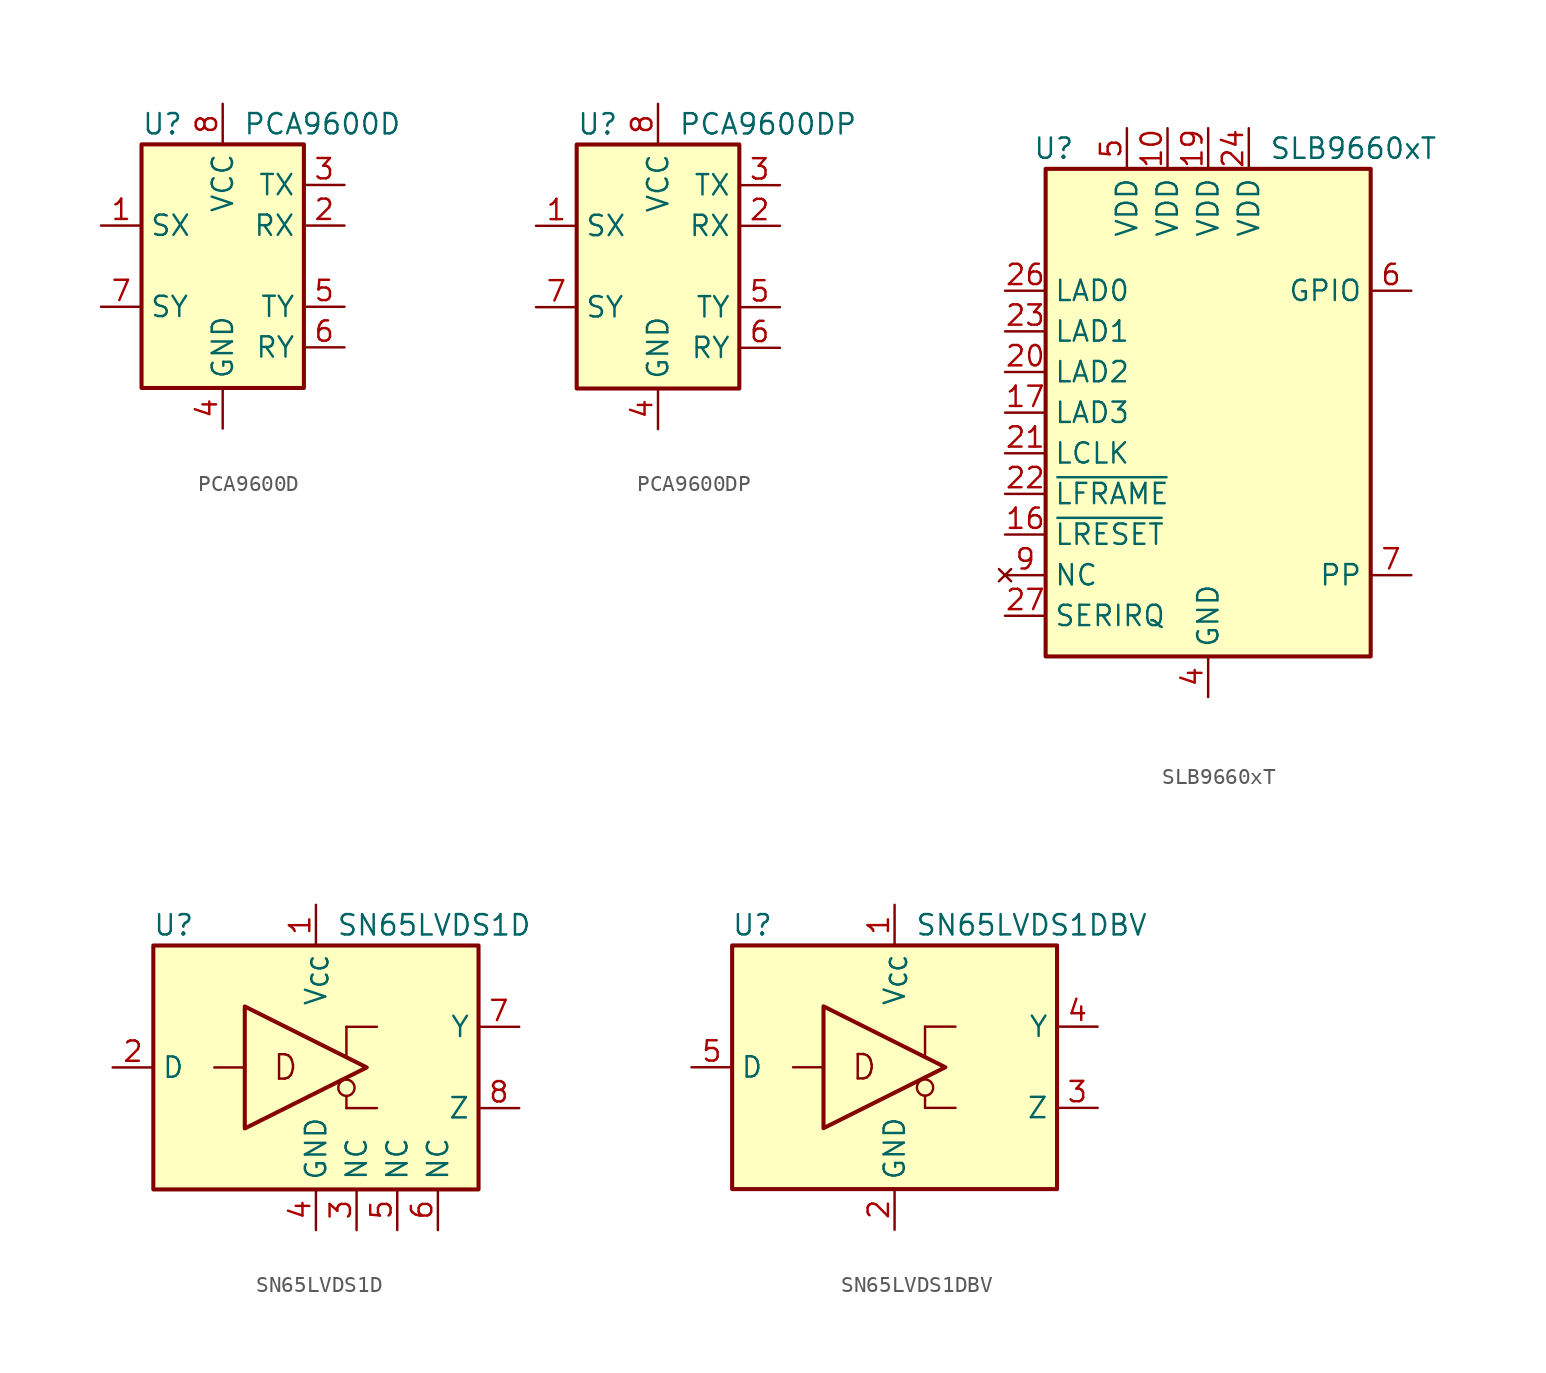
<source format=kicad_sym>
(kicad_symbol_lib
  (version 20241209)
  (generator "kicad_symbol_editor")
  (generator_version "9.0")
  (symbol "PCA9600D"
    (property "Reference" "U"
      (at -5.08 8.89 0)
      (effects (font (size 1.27 1.27)) (justify left)))
    (property "Value" "PCA9600D"
      (at 1.27 8.89 0)
      (effects (font (size 1.27 1.27)) (justify left)))
    (symbol "PCA9600D_0_1"
      (rectangle (start -5.08 7.62) (end 5.08 -7.62) (stroke (width 0.254) (type default)) (fill (type background))))
    (symbol "PCA9600D_1_1"
      (pin bidirectional line (at -7.62 2.54 0) (length 2.54) (name "SX" (effects (font (size 1.27 1.27)))) (number "1" (effects (font (size 1.27 1.27)))))
      (pin bidirectional line (at -7.62 -2.54 0) (length 2.54) (name "SY" (effects (font (size 1.27 1.27)))) (number "7" (effects (font (size 1.27 1.27)))))
      (pin power_in line (at 0 10.16 270) (length 2.54) (name "VCC" (effects (font (size 1.27 1.27)))) (number "8" (effects (font (size 1.27 1.27)))))
      (pin power_in line (at 0 -10.16 90) (length 2.54) (name "GND" (effects (font (size 1.27 1.27)))) (number "4" (effects (font (size 1.27 1.27)))))
      (pin open_collector line (at 7.62 5.08 180) (length 2.54) (name "TX" (effects (font (size 1.27 1.27)))) (number "3" (effects (font (size 1.27 1.27)))))
      (pin input line (at 7.62 2.54 180) (length 2.54) (name "RX" (effects (font (size 1.27 1.27)))) (number "2" (effects (font (size 1.27 1.27)))))
      (pin open_collector line (at 7.62 -2.54 180) (length 2.54) (name "TY" (effects (font (size 1.27 1.27)))) (number "5" (effects (font (size 1.27 1.27)))))
      (pin input line (at 7.62 -5.08 180) (length 2.54) (name "RY" (effects (font (size 1.27 1.27)))) (number "6" (effects (font (size 1.27 1.27)))))))
  (symbol "PCA9600DP"
    (property "Reference" "U"
      (at -5.08 8.89 0)
      (effects (font (size 1.27 1.27)) (justify left)))
    (property "Value" "PCA9600DP"
      (at 1.27 8.89 0)
      (effects (font (size 1.27 1.27)) (justify left)))
    (symbol "PCA9600DP_0_1"
      (rectangle (start -5.08 7.62) (end 5.08 -7.62) (stroke (width 0.254) (type default)) (fill (type background))))
    (symbol "PCA9600DP_1_1"
      (pin bidirectional line (at -7.62 2.54 0) (length 2.54) (name "SX" (effects (font (size 1.27 1.27)))) (number "1" (effects (font (size 1.27 1.27)))))
      (pin bidirectional line (at -7.62 -2.54 0) (length 2.54) (name "SY" (effects (font (size 1.27 1.27)))) (number "7" (effects (font (size 1.27 1.27)))))
      (pin power_in line (at 0 10.16 270) (length 2.54) (name "VCC" (effects (font (size 1.27 1.27)))) (number "8" (effects (font (size 1.27 1.27)))))
      (pin power_in line (at 0 -10.16 90) (length 2.54) (name "GND" (effects (font (size 1.27 1.27)))) (number "4" (effects (font (size 1.27 1.27)))))
      (pin open_collector line (at 7.62 5.08 180) (length 2.54) (name "TX" (effects (font (size 1.27 1.27)))) (number "3" (effects (font (size 1.27 1.27)))))
      (pin input line (at 7.62 2.54 180) (length 2.54) (name "RX" (effects (font (size 1.27 1.27)))) (number "2" (effects (font (size 1.27 1.27)))))
      (pin open_collector line (at 7.62 -2.54 180) (length 2.54) (name "TY" (effects (font (size 1.27 1.27)))) (number "5" (effects (font (size 1.27 1.27)))))
      (pin input line (at 7.62 -5.08 180) (length 2.54) (name "RY" (effects (font (size 1.27 1.27)))) (number "6" (effects (font (size 1.27 1.27)))))))
  (symbol "SLB9660xT"
    (property "Reference" "U"
      (at -9.652 16.51 0)
      (effects (font (size 1.27 1.27))))
    (property "Value" "SLB9660xT"
      (at 3.81 16.51 0)
      (effects (font (size 1.27 1.27)) (justify left)))
    (symbol "SLB9660xT_0_0"
      (pin tri_state line (at -12.7 7.62 0) (length 2.54) (name "LAD0" (effects (font (size 1.27 1.27)))) (number "26" (effects (font (size 1.27 1.27)))))
      (pin tri_state line (at -12.7 5.08 0) (length 2.54) (name "LAD1" (effects (font (size 1.27 1.27)))) (number "23" (effects (font (size 1.27 1.27)))))
      (pin tri_state line (at -12.7 2.54 0) (length 2.54) (name "LAD2" (effects (font (size 1.27 1.27)))) (number "20" (effects (font (size 1.27 1.27)))))
      (pin tri_state line (at -12.7 0 0) (length 2.54) (name "LAD3" (effects (font (size 1.27 1.27)))) (number "17" (effects (font (size 1.27 1.27)))))
      (pin input line (at -12.7 -2.54 0) (length 2.54) (name "LCLK" (effects (font (size 1.27 1.27)))) (number "21" (effects (font (size 1.27 1.27)))))
      (pin input line (at -12.7 -5.08 0) (length 2.54) (name "~{LFRAME}" (effects (font (size 1.27 1.27)))) (number "22" (effects (font (size 1.27 1.27)))))
      (pin input line (at -12.7 -7.62 0) (length 2.54) (name "~{LRESET}" (effects (font (size 1.27 1.27)))) (number "16" (effects (font (size 1.27 1.27)))))
      (pin no_connect line (at -12.7 -10.16 0) (length 2.54) (name "NC" (effects (font (size 1.27 1.27)))) (number "9" (effects (font (size 1.27 1.27)))))
      (pin tri_state line (at -12.7 -12.7 0) (length 2.54) (name "SERIRQ" (effects (font (size 1.27 1.27)))) (number "27" (effects (font (size 1.27 1.27)))))
      (pin no_connect line (at -10.16 10.16 0) (length 2.54) (hide yes) (name "NC" (effects (font (size 1.27 1.27)))) (number "1" (effects (font (size 1.27 1.27)))))
      (pin power_in line (at -5.08 17.78 270) (length 2.54) (name "VDD" (effects (font (size 1.27 1.27)))) (number "5" (effects (font (size 1.27 1.27)))))
      (pin power_in line (at -2.54 17.78 270) (length 2.54) (name "VDD" (effects (font (size 1.27 1.27)))) (number "10" (effects (font (size 1.27 1.27)))))
      (pin power_in line (at 0 17.78 270) (length 2.54) (name "VDD" (effects (font (size 1.27 1.27)))) (number "19" (effects (font (size 1.27 1.27)))))
      (pin passive line (at 0 -17.78 90) (length 2.54) (hide yes) (name "GND" (effects (font (size 1.27 1.27)))) (number "11" (effects (font (size 1.27 1.27)))))
      (pin passive line (at 0 -17.78 90) (length 2.54) (hide yes) (name "GND" (effects (font (size 1.27 1.27)))) (number "18" (effects (font (size 1.27 1.27)))))
      (pin passive line (at 0 -17.78 90) (length 2.54) (hide yes) (name "GND" (effects (font (size 1.27 1.27)))) (number "25" (effects (font (size 1.27 1.27)))))
      (pin power_in line (at 0 -17.78 90) (length 2.54) (name "GND" (effects (font (size 1.27 1.27)))) (number "4" (effects (font (size 1.27 1.27)))))
      (pin power_in line (at 2.54 17.78 270) (length 2.54) (name "VDD" (effects (font (size 1.27 1.27)))) (number "24" (effects (font (size 1.27 1.27)))))
      (pin no_connect line (at 10.16 12.7 180) (length 2.54) (hide yes) (name "NC" (effects (font (size 1.27 1.27)))) (number "2" (effects (font (size 1.27 1.27)))))
      (pin no_connect line (at 10.16 10.16 180) (length 2.54) (hide yes) (name "NC" (effects (font (size 1.27 1.27)))) (number "3" (effects (font (size 1.27 1.27)))))
      (pin no_connect line (at 10.16 5.08 180) (length 2.54) (hide yes) (name "NC" (effects (font (size 1.27 1.27)))) (number "8" (effects (font (size 1.27 1.27)))))
      (pin no_connect line (at 10.16 2.54 180) (length 2.54) (hide yes) (name "NC" (effects (font (size 1.27 1.27)))) (number "12" (effects (font (size 1.27 1.27)))))
      (pin no_connect line (at 10.16 0 180) (length 2.54) (hide yes) (name "NC" (effects (font (size 1.27 1.27)))) (number "13" (effects (font (size 1.27 1.27)))))
      (pin no_connect line (at 10.16 -2.54 180) (length 2.54) (hide yes) (name "NC" (effects (font (size 1.27 1.27)))) (number "14" (effects (font (size 1.27 1.27)))))
      (pin no_connect line (at 10.16 -5.08 180) (length 2.54) (hide yes) (name "NC" (effects (font (size 1.27 1.27)))) (number "15" (effects (font (size 1.27 1.27)))))
      (pin no_connect line (at 10.16 -7.62 180) (length 2.54) (hide yes) (name "NC" (effects (font (size 1.27 1.27)))) (number "28" (effects (font (size 1.27 1.27)))))
      (pin input line (at 12.7 -10.16 180) (length 2.54) (name "PP" (effects (font (size 1.27 1.27)))) (number "7" (effects (font (size 1.27 1.27))))))
    (symbol "SLB9660xT_1_0"
      (pin bidirectional line (at 12.7 7.62 180) (length 2.54) (name "GPIO" (effects (font (size 1.27 1.27)))) (number "6" (effects (font (size 1.27 1.27))))))
    (symbol "SLB9660xT_1_1"
      (rectangle (start -10.16 15.24) (end 10.16 -15.24) (stroke (width 0.254) (type default)) (fill (type background)))))
  (symbol "SN65LVDS1D"
    (property "Reference" "U"
      (at -8.89 8.89 0)
      (effects (font (size 1.27 1.27))))
    (property "Value" "SN65LVDS1D"
      (at 1.27 8.89 0)
      (effects (font (size 1.27 1.27)) (justify left)))
    (symbol "SN65LVDS1D_1_0"
      (rectangle (start -10.16 7.62) (end 10.16 -7.62) (stroke (width 0.254) (type default)) (fill (type background)))
      (polyline (pts (xy 1.905 0.635) (xy 1.905 2.54)) (stroke (width 0) (type default)) (fill (type none)))
      (circle (center 1.905 -1.27) (radius 0.508) (stroke (width 0) (type default)) (fill (type none)))
      (polyline (pts (xy 1.905 -1.778) (xy 1.905 -2.54)) (stroke (width 0) (type default)) (fill (type none)))
      (text "D" (at -1.905 0 0) (effects (font (size 1.524 1.524)))))
    (symbol "SN65LVDS1D_1_1"
      (polyline (pts (xy -6.35 0) (xy -4.445 0)) (stroke (width 0) (type default)) (fill (type none)))
      (polyline (pts (xy -4.445 -3.81) (xy -4.445 3.81) (xy 3.175 0) (xy -4.445 -3.81)) (stroke (width 0.254) (type default)) (fill (type none)))
      (polyline (pts (xy 1.905 -2.54) (xy 3.81 -2.54)) (stroke (width 0) (type default)) (fill (type none)))
      (polyline (pts (xy 3.81 2.54) (xy 1.905 2.54)) (stroke (width 0) (type default)) (fill (type none)))
      (pin input line (at -12.7 0 0) (length 2.54) (name "D" (effects (font (size 1.27 1.27)))) (number "2" (effects (font (size 1.27 1.27)))))
      (pin power_in line (at 0 10.16 270) (length 2.54) (name "V_{CC}" (effects (font (size 1.27 1.27)))) (number "1" (effects (font (size 1.27 1.27)))))
      (pin power_in line (at 0 -10.16 90) (length 2.54) (name "GND" (effects (font (size 1.27 1.27)))) (number "4" (effects (font (size 1.27 1.27)))))
      (pin passive line (at 2.54 -10.16 90) (length 2.54) (name "NC" (effects (font (size 1.27 1.27)))) (number "3" (effects (font (size 1.27 1.27)))))
      (pin passive line (at 5.08 -10.16 90) (length 2.54) (name "NC" (effects (font (size 1.27 1.27)))) (number "5" (effects (font (size 1.27 1.27)))))
      (pin passive line (at 7.62 -10.16 90) (length 2.54) (name "NC" (effects (font (size 1.27 1.27)))) (number "6" (effects (font (size 1.27 1.27)))))
      (pin output line (at 12.7 2.54 180) (length 2.54) (name "Y" (effects (font (size 1.27 1.27)))) (number "7" (effects (font (size 1.27 1.27)))))
      (pin output line (at 12.7 -2.54 180) (length 2.54) (name "Z" (effects (font (size 1.27 1.27)))) (number "8" (effects (font (size 1.27 1.27)))))))
  (symbol "SN65LVDS1DBV"
    (property "Reference" "U"
      (at -8.89 8.89 0)
      (effects (font (size 1.27 1.27))))
    (property "Value" "SN65LVDS1DBV"
      (at 1.27 8.89 0)
      (effects (font (size 1.27 1.27)) (justify left)))
    (symbol "SN65LVDS1DBV_1_0"
      (rectangle (start -10.16 7.62) (end 10.16 -7.62) (stroke (width 0.254) (type default)) (fill (type background)))
      (polyline (pts (xy 1.905 0.635) (xy 1.905 2.54)) (stroke (width 0) (type default)) (fill (type none)))
      (circle (center 1.905 -1.27) (radius 0.508) (stroke (width 0) (type default)) (fill (type none)))
      (polyline (pts (xy 1.905 -1.778) (xy 1.905 -2.54)) (stroke (width 0) (type default)) (fill (type none)))
      (text "D" (at -1.905 0 0) (effects (font (size 1.524 1.524)))))
    (symbol "SN65LVDS1DBV_1_1"
      (polyline (pts (xy -6.35 0) (xy -4.445 0)) (stroke (width 0) (type default)) (fill (type none)))
      (polyline (pts (xy -4.445 -3.81) (xy -4.445 3.81) (xy 3.175 0) (xy -4.445 -3.81)) (stroke (width 0.254) (type default)) (fill (type none)))
      (polyline (pts (xy 1.905 -2.54) (xy 3.81 -2.54)) (stroke (width 0) (type default)) (fill (type none)))
      (polyline (pts (xy 3.81 2.54) (xy 1.905 2.54)) (stroke (width 0) (type default)) (fill (type none)))
      (pin input line (at -12.7 0 0) (length 2.54) (name "D" (effects (font (size 1.27 1.27)))) (number "5" (effects (font (size 1.27 1.27)))))
      (pin power_in line (at 0 10.16 270) (length 2.54) (name "V_{CC}" (effects (font (size 1.27 1.27)))) (number "1" (effects (font (size 1.27 1.27)))))
      (pin power_in line (at 0 -10.16 90) (length 2.54) (name "GND" (effects (font (size 1.27 1.27)))) (number "2" (effects (font (size 1.27 1.27)))))
      (pin output line (at 12.7 2.54 180) (length 2.54) (name "Y" (effects (font (size 1.27 1.27)))) (number "4" (effects (font (size 1.27 1.27)))))
      (pin output line (at 12.7 -2.54 180) (length 2.54) (name "Z" (effects (font (size 1.27 1.27)))) (number "3" (effects (font (size 1.27 1.27))))))))
</source>
